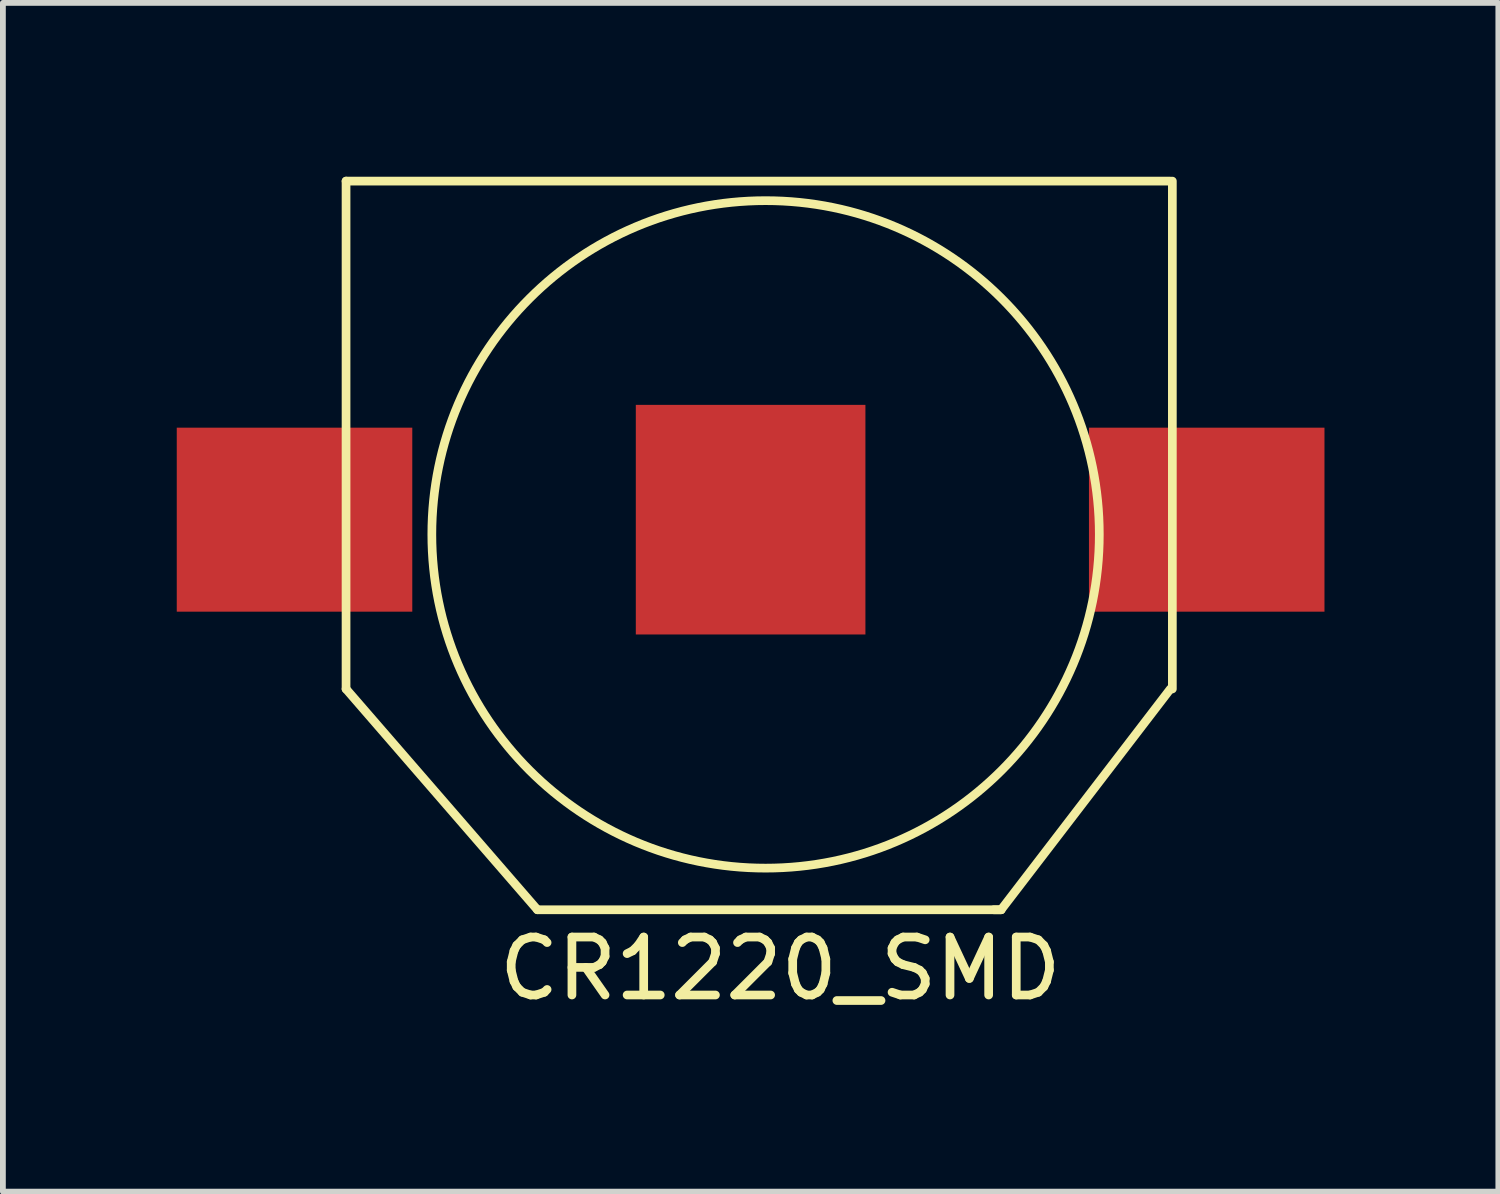
<source format=kicad_pcb>
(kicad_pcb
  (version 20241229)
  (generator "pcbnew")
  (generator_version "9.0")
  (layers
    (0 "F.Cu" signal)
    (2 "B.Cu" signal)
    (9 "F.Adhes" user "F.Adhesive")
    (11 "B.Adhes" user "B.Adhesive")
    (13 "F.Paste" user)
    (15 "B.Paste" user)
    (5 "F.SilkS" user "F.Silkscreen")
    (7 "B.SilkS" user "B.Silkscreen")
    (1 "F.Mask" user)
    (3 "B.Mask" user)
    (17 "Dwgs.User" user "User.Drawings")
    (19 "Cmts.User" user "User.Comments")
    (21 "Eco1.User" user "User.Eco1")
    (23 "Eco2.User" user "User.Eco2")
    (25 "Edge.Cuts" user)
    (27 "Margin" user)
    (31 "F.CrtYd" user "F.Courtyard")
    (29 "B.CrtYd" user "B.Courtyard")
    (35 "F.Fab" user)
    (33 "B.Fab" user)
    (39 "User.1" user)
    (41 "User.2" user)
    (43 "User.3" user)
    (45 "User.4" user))
  (footprint "CR1220_SMD"
    (layer "F.Cu")
    (at 9.398 5.917)
    (property "Reference" "CR1220_SMD" (at 1.016 7.747 0) (layer "F.SilkS") (effects (font (size 1 1) (thickness 0.15))))
    (attr through_hole)
    (fp_line (start -6.477 -5.842) (end -6.477 2.921) (stroke (width 0.15) (type solid)) (layer "F.SilkS"))
    (fp_line (start -6.477 -5.842) (end 7.747 -5.842) (stroke (width 0.15) (type solid)) (layer "F.SilkS"))
    (fp_line (start -6.477 2.921) (end -3.175 6.731) (stroke (width 0.15) (type solid)) (layer "F.SilkS"))
    (fp_line (start -3.175 6.731) (end 4.826 6.731) (stroke (width 0.15) (type solid)) (layer "F.SilkS"))
    (fp_line (start 4.826 6.731) (end 4.699 6.731) (stroke (width 0.15) (type solid)) (layer "F.SilkS"))
    (fp_line (start 7.747 2.921) (end 4.826 6.731) (stroke (width 0.15) (type solid)) (layer "F.SilkS"))
    (fp_line (start 7.781 -5.842) (end 7.781 2.921) (stroke (width 0.15) (type solid)) (layer "F.SilkS"))
    (fp_circle (center 0.762 0.254) (end 4.572 -4.064) (stroke (width 0.15) (type solid)) (fill no) (layer "F.SilkS"))
    (pad "1" smd rect (at -7.366 0) (size 4.064 3.175) (layers "F.Cu" "F.Mask" "F.Paste"))
    (pad "1" smd rect (at 8.374 0) (size 4.064 3.175) (layers "F.Cu" "F.Mask" "F.Paste"))
    (pad "2" smd rect (at 0.504 0) (size 3.962 3.962) (layers "F.Cu" "F.Mask" "F.Paste")))
  (gr_rect
    (start -3 -3)
    (end 22.804 17.512)
    (stroke (width 0.1) (type default))
    (fill no)
    (layer "Edge.Cuts")))
</source>
